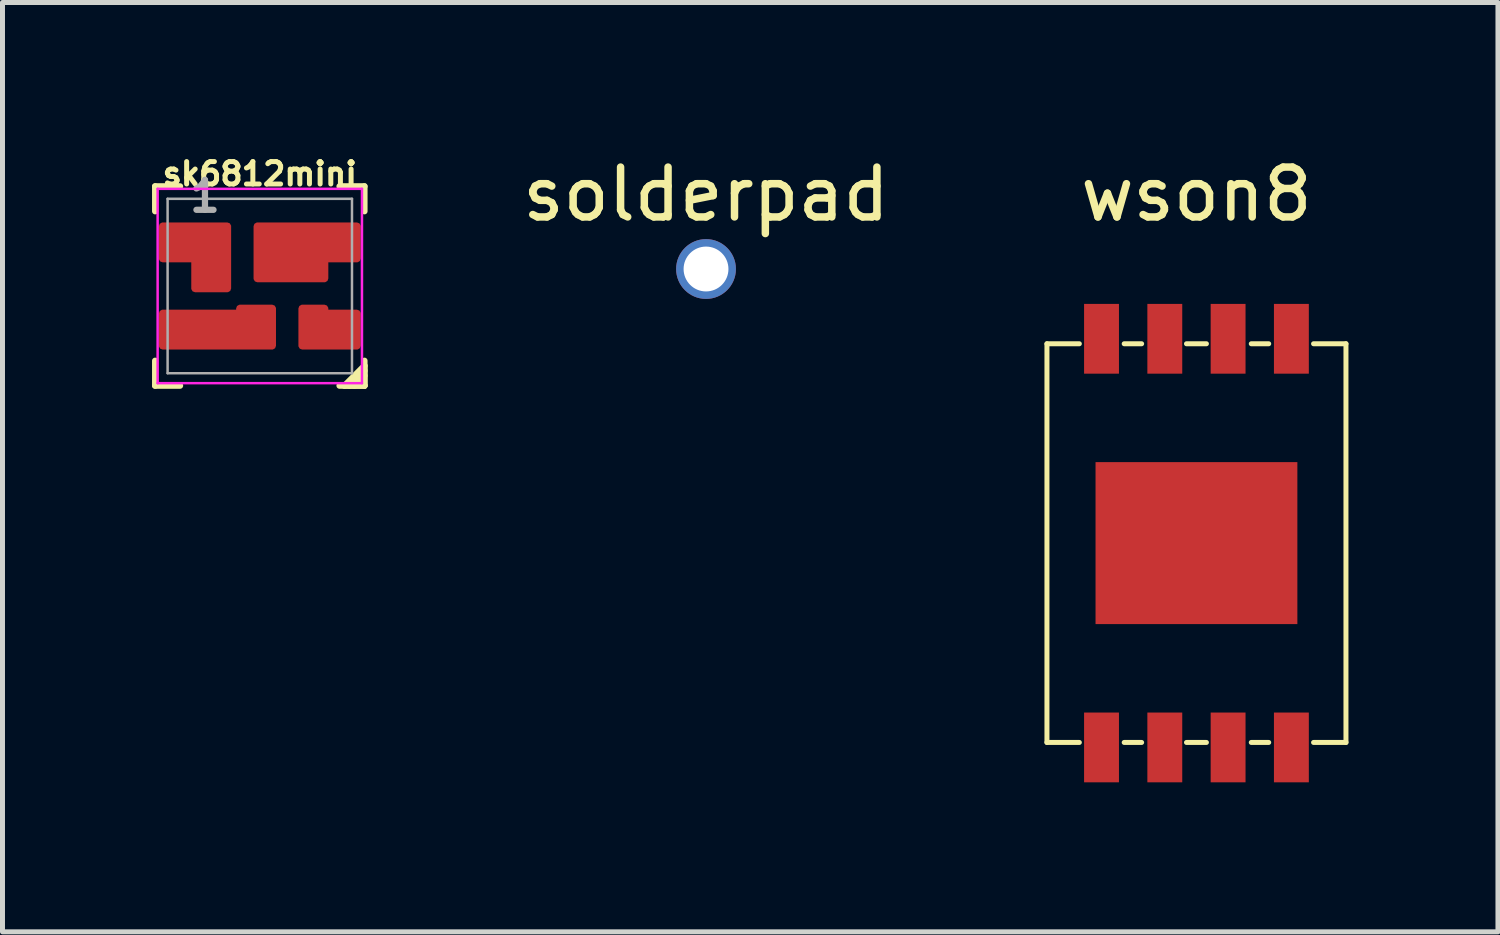
<source format=kicad_pcb>
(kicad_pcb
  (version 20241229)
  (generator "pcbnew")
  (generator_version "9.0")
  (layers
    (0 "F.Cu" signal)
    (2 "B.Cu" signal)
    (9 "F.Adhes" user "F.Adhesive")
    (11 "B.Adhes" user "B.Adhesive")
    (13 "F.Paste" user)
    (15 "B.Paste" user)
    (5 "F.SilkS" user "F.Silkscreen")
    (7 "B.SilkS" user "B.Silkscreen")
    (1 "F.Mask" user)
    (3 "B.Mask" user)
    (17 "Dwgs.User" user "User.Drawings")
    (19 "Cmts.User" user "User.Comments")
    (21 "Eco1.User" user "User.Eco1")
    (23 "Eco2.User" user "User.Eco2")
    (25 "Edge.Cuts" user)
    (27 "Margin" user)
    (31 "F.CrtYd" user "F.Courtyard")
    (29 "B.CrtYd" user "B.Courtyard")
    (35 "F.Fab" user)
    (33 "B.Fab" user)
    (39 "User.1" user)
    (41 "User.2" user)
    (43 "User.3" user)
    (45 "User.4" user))
  (footprint "wson8"
    (layer "F.Cu")
    (at 20.958 7.848)
    (property "Reference" "wson8" (at 0 -7 0) (layer "F.SilkS") (effects (font (size 1 1) (thickness 0.15))))
    (attr through_hole)
    (fp_line (start -3 -4) (end -2.35 -4) (stroke (width 0.1) (type solid)) (layer "F.SilkS"))
    (fp_line (start -3 4) (end -3 -4) (stroke (width 0.1) (type solid)) (layer "F.SilkS"))
    (fp_line (start -3 4) (end -2.35 4) (stroke (width 0.1) (type solid)) (layer "F.SilkS"))
    (fp_line (start -1.45 -4) (end -1.1 -4) (stroke (width 0.1) (type solid)) (layer "F.SilkS"))
    (fp_line (start -1.45 4) (end -1.1 4) (stroke (width 0.1) (type solid)) (layer "F.SilkS"))
    (fp_line (start -0.2 -4) (end 0.2 -4) (stroke (width 0.1) (type solid)) (layer "F.SilkS"))
    (fp_line (start -0.2 4) (end 0.2 4) (stroke (width 0.1) (type solid)) (layer "F.SilkS"))
    (fp_line (start 1.1 -4) (end 1.45 -4) (stroke (width 0.1) (type solid)) (layer "F.SilkS"))
    (fp_line (start 1.1 4) (end 1.45 4) (stroke (width 0.1) (type solid)) (layer "F.SilkS"))
    (fp_line (start 2.35 -4) (end 3 -4) (stroke (width 0.1) (type solid)) (layer "F.SilkS"))
    (fp_line (start 2.35 4) (end 3 4) (stroke (width 0.1) (type solid)) (layer "F.SilkS"))
    (fp_line (start 3 -4) (end 3 4) (stroke (width 0.1) (type solid)) (layer "F.SilkS"))
    (pad "1" smd rect (at 1.905 -4.1) (size 0.7 1.4) (layers "F.Cu" "F.Mask" "F.Paste"))
    (pad "2" smd rect (at 0.635 -4.1) (size 0.7 1.4) (layers "F.Cu" "F.Mask" "F.Paste"))
    (pad "3" smd rect (at -0.635 -4.1) (size 0.7 1.4) (layers "F.Cu" "F.Mask" "F.Paste"))
    (pad "4" smd rect (at -1.905 -4.1) (size 0.7 1.4) (layers "F.Cu" "F.Mask" "F.Paste"))
    (pad "4" smd rect (at 0 0) (size 4.05 3.25) (layers "F.Cu" "F.Mask" "F.Paste"))
    (pad "5" smd rect (at -1.905 4.1) (size 0.7 1.4) (layers "F.Cu" "F.Mask" "F.Paste"))
    (pad "6" smd rect (at -0.635 4.1) (size 0.7 1.4) (layers "F.Cu" "F.Mask" "F.Paste"))
    (pad "7" smd rect (at 0.635 4.1) (size 0.7 1.4) (layers "F.Cu" "F.Mask" "F.Paste"))
    (pad "8" smd rect (at 1.905 4.1) (size 0.7 1.4) (layers "F.Cu" "F.Mask" "F.Paste")))
  (footprint "sk6812mini"
    (layer "F.Cu")
    (at 2.163 2.689)
    (property "Reference" "sk6812mini" (at 0 -2.25 0) (layer "F.SilkS") (effects (font (size 0.45 0.45) (thickness 0.1))))
    (attr smd)
    (fp_line (start -2.1 -2) (end -2.1 -1.5) (stroke (width 0.125) (type solid)) (layer "F.SilkS"))
    (fp_line (start -2.1 -2) (end -1.6 -2) (stroke (width 0.125) (type solid)) (layer "F.SilkS"))
    (fp_line (start -2.1 2) (end -2.1 1.5) (stroke (width 0.125) (type solid)) (layer "F.SilkS"))
    (fp_line (start -2.1 2) (end -1.6 2) (stroke (width 0.125) (type solid)) (layer "F.SilkS"))
    (fp_line (start 1.7 2) (end 2.1 1.6) (stroke (width 0.125) (type solid)) (layer "F.SilkS"))
    (fp_line (start 2.1 -2) (end 1.6 -2) (stroke (width 0.125) (type solid)) (layer "F.SilkS"))
    (fp_line (start 2.1 -2) (end 2.1 -1.5) (stroke (width 0.125) (type solid)) (layer "F.SilkS"))
    (fp_line (start 2.1 1.6) (end 2.1 2) (stroke (width 0.125) (type solid)) (layer "F.SilkS"))
    (fp_line (start 2.1 1.7) (end 1.8 2) (stroke (width 0.125) (type solid)) (layer "F.SilkS"))
    (fp_line (start 2.1 1.8) (end 1.9 2) (stroke (width 0.125) (type solid)) (layer "F.SilkS"))
    (fp_line (start 2.1 2) (end 1.6 2) (stroke (width 0.125) (type solid)) (layer "F.SilkS"))
    (fp_line (start 2.1 2) (end 1.7 2) (stroke (width 0.125) (type solid)) (layer "F.SilkS"))
    (fp_line (start 2.1 2) (end 2.1 1.5) (stroke (width 0.125) (type solid)) (layer "F.SilkS"))
    (fp_line (start -2.05 -1.95) (end 2.05 -1.95) (stroke (width 0.05) (type solid)) (layer "F.CrtYd"))
    (fp_line (start -2.05 1.95) (end -2.05 -1.95) (stroke (width 0.05) (type solid)) (layer "F.CrtYd"))
    (fp_line (start 2.05 -1.95) (end 2.05 1.95) (stroke (width 0.05) (type solid)) (layer "F.CrtYd"))
    (fp_line (start 2.05 1.95) (end -2.05 1.95) (stroke (width 0.05) (type solid)) (layer "F.CrtYd"))
    (fp_line (start -1.85 -1.75) (end 1.85 -1.75) (stroke (width 0.05) (type solid)) (layer "F.Fab"))
    (fp_line (start -1.85 1.75) (end -1.85 -1.75) (stroke (width 0.05) (type solid)) (layer "F.Fab"))
    (fp_line (start 1.85 -1.75) (end 1.85 1.75) (stroke (width 0.05) (type solid)) (layer "F.Fab"))
    (fp_line (start 1.85 1.75) (end -1.85 1.75) (stroke (width 0.05) (type solid)) (layer "F.Fab"))
    (fp_text user "1" (at -1.1 -1.8 0) (layer "F.Fab") (effects (font (size 0.6 0.6) (thickness 0.125))))
    (pad "1" smd custom (at -1.3 -0.875) (size 0.1 0.1) (layers "F.Cu" "F.Mask") (options (anchor circle)) (primitives (gr_poly (pts (xy 0 0.325) (xy -0.65 0.325) (xy -0.65 -0.325) (xy 0.65 -0.325) (xy 0.65 0.925) (xy 0 0.925)) (width 0.15) (fill yes))))
    (pad "2" smd custom (at -0.95 0.875) (size 0.1 0.1) (layers "F.Cu" "F.Mask") (options (anchor circle)) (primitives (gr_poly (pts (xy -1 -0.325) (xy -1 0.325) (xy 1.2 0.325) (xy 1.2 -0.425) (xy 0.55 -0.425) (xy 0.55 -0.325)) (width 0.15) (fill yes))))
    (pad "3" smd custom (at 1.4 0.875) (size 0.1 0.1) (layers "F.Cu" "F.Mask") (options (anchor circle)) (primitives (gr_poly (pts (xy -0.55 -0.425) (xy -0.55 0.325) (xy 0.55 0.325) (xy 0.55 -0.325) (xy -0.1 -0.325) (xy -0.1 -0.425)) (width 0.15) (fill yes))))
    (pad "4" smd custom (at 0.95 -0.875) (size 0.1 0.1) (layers "F.Cu" "F.Mask") (options (anchor circle)) (primitives (gr_poly (pts (xy -1 0.725) (xy -1 -0.325) (xy 1 -0.325) (xy 1 0.325) (xy 0.35 0.325) (xy 0.35 0.725)) (width 0.15) (fill yes)))))
  (footprint "solderpad"
    (layer "F.Cu")
    (at 11.117 2.348)
    (property "Reference" "solderpad" (at 0 -1.5 0) (layer "F.SilkS") (effects (font (size 1 1) (thickness 0.15))))
    (attr through_hole)
    (pad "1" thru_hole circle (at 0 0) (size 1.2 1.2) (drill 0.9) (layers "*.Cu" "*.Mask")))
  (gr_rect
    (start -3 -3)
    (end 27.008 15.648)
    (stroke (width 0.1) (type default))
    (fill no)
    (layer "Edge.Cuts")))
</source>
